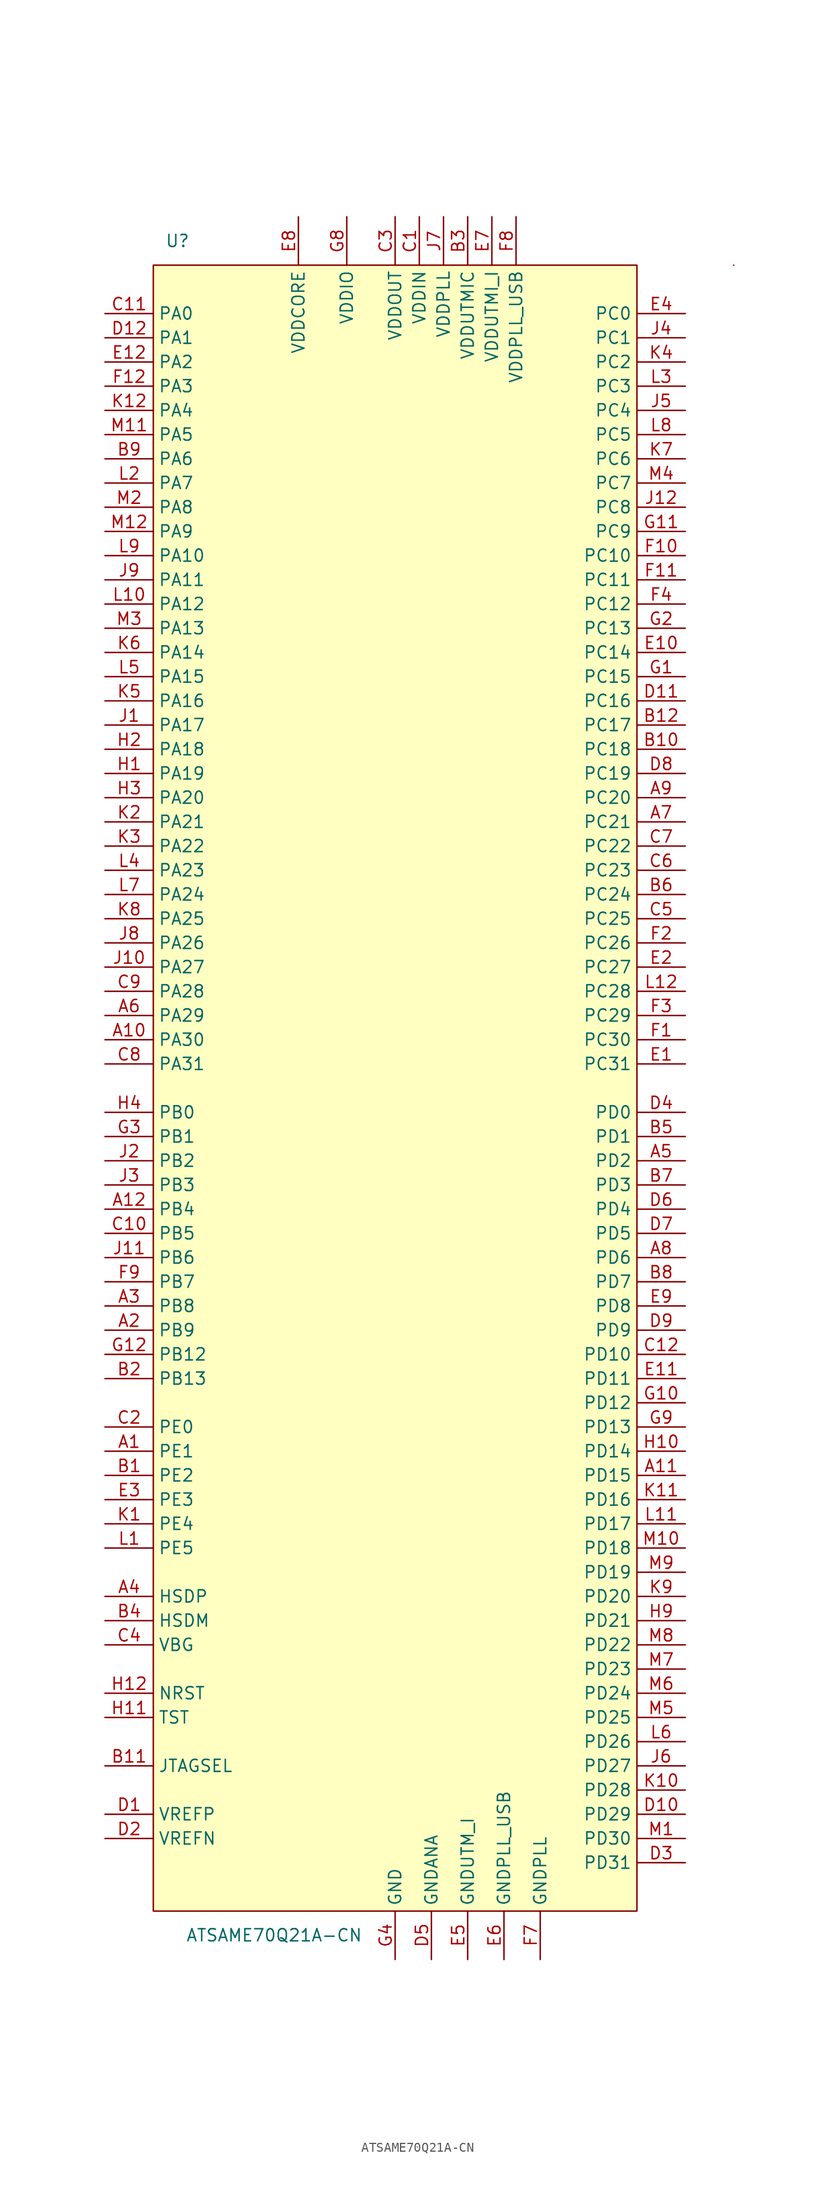
<source format=kicad_sym>
(kicad_symbol_lib
  (version 20220914)
  (generator kicad_symbol_editor)
  (symbol "ATSAME70Q21A-CN"
    (property "Reference" "U"
      (at -22.86 88.9 0)
      (effects (font (size 1.27 1.27))))
    (property "Value" "ATSAME70Q21A-CN"
      (at -12.7 -88.9 0)
      (effects (font (size 1.27 1.27))))
    (symbol "ATSAME70Q21A-CN_0_1"
      (rectangle (start 25.4 86.36) (end -25.4 -86.36) (stroke (width 0) (type default)) (fill (type background)))
      (rectangle (start 35.56 86.36) (end 35.56 86.36) (stroke (width 0) (type default)) (fill (type none))))
    (symbol "ATSAME70Q21A-CN_1_1"
      (pin bidirectional line (at -30.48 -38.1 0) (length 5.08) (name "PE1" (effects (font (size 1.27 1.27)))) (number "A1" (effects (font (size 1.27 1.27)))))
      (pin bidirectional line (at -30.48 5.08 0) (length 5.08) (name "PA30" (effects (font (size 1.27 1.27)))) (number "A10" (effects (font (size 1.27 1.27)))))
      (pin bidirectional line (at 30.48 -40.64 180) (length 5.08) (name "PD15" (effects (font (size 1.27 1.27)))) (number "A11" (effects (font (size 1.27 1.27)))))
      (pin bidirectional line (at -30.48 -12.7 0) (length 5.08) (name "PB4" (effects (font (size 1.27 1.27)))) (number "A12" (effects (font (size 1.27 1.27)))))
      (pin bidirectional line (at -30.48 -25.4 0) (length 5.08) (name "PB9" (effects (font (size 1.27 1.27)))) (number "A2" (effects (font (size 1.27 1.27)))))
      (pin bidirectional line (at -30.48 -22.86 0) (length 5.08) (name "PB8" (effects (font (size 1.27 1.27)))) (number "A3" (effects (font (size 1.27 1.27)))))
      (pin bidirectional line (at -30.48 -53.34 0) (length 5.08) (name "HSDP" (effects (font (size 1.27 1.27)))) (number "A4" (effects (font (size 1.27 1.27)))))
      (pin bidirectional line (at 30.48 -7.62 180) (length 5.08) (name "PD2" (effects (font (size 1.27 1.27)))) (number "A5" (effects (font (size 1.27 1.27)))))
      (pin bidirectional line (at -30.48 7.62 0) (length 5.08) (name "PA29" (effects (font (size 1.27 1.27)))) (number "A6" (effects (font (size 1.27 1.27)))))
      (pin bidirectional line (at 30.48 27.94 180) (length 5.08) (name "PC21" (effects (font (size 1.27 1.27)))) (number "A7" (effects (font (size 1.27 1.27)))))
      (pin bidirectional line (at 30.48 -17.78 180) (length 5.08) (name "PD6" (effects (font (size 1.27 1.27)))) (number "A8" (effects (font (size 1.27 1.27)))))
      (pin bidirectional line (at 30.48 30.48 180) (length 5.08) (name "PC20" (effects (font (size 1.27 1.27)))) (number "A9" (effects (font (size 1.27 1.27)))))
      (pin bidirectional line (at -30.48 -40.64 0) (length 5.08) (name "PE2" (effects (font (size 1.27 1.27)))) (number "B1" (effects (font (size 1.27 1.27)))))
      (pin bidirectional line (at 30.48 35.56 180) (length 5.08) (name "PC18" (effects (font (size 1.27 1.27)))) (number "B10" (effects (font (size 1.27 1.27)))))
      (pin input line (at -30.48 -71.12 0) (length 5.08) (name "JTAGSEL" (effects (font (size 1.27 1.27)))) (number "B11" (effects (font (size 1.27 1.27)))))
      (pin bidirectional line (at 30.48 38.1 180) (length 5.08) (name "PC17" (effects (font (size 1.27 1.27)))) (number "B12" (effects (font (size 1.27 1.27)))))
      (pin bidirectional line (at -30.48 -30.48 0) (length 5.08) (name "PB13" (effects (font (size 1.27 1.27)))) (number "B2" (effects (font (size 1.27 1.27)))))
      (pin power_in line (at 7.62 91.44 270) (length 5.08) (name "VDDUTMIC" (effects (font (size 1.27 1.27)))) (number "B3" (effects (font (size 1.27 1.27)))))
      (pin bidirectional line (at -30.48 -55.88 0) (length 5.08) (name "HSDM" (effects (font (size 1.27 1.27)))) (number "B4" (effects (font (size 1.27 1.27)))))
      (pin bidirectional line (at 30.48 -5.08 180) (length 5.08) (name "PD1" (effects (font (size 1.27 1.27)))) (number "B5" (effects (font (size 1.27 1.27)))))
      (pin bidirectional line (at 30.48 20.32 180) (length 5.08) (name "PC24" (effects (font (size 1.27 1.27)))) (number "B6" (effects (font (size 1.27 1.27)))))
      (pin bidirectional line (at 30.48 -10.16 180) (length 5.08) (name "PD3" (effects (font (size 1.27 1.27)))) (number "B7" (effects (font (size 1.27 1.27)))))
      (pin bidirectional line (at 30.48 -20.32 180) (length 5.08) (name "PD7" (effects (font (size 1.27 1.27)))) (number "B8" (effects (font (size 1.27 1.27)))))
      (pin bidirectional line (at -30.48 66.04 0) (length 5.08) (name "PA6" (effects (font (size 1.27 1.27)))) (number "B9" (effects (font (size 1.27 1.27)))))
      (pin power_in line (at 2.54 91.44 270) (length 5.08) (name "VDDIN" (effects (font (size 1.27 1.27)))) (number "C1" (effects (font (size 1.27 1.27)))))
      (pin bidirectional line (at -30.48 -15.24 0) (length 5.08) (name "PB5" (effects (font (size 1.27 1.27)))) (number "C10" (effects (font (size 1.27 1.27)))))
      (pin bidirectional line (at -30.48 81.28 0) (length 5.08) (name "PA0" (effects (font (size 1.27 1.27)))) (number "C11" (effects (font (size 1.27 1.27)))))
      (pin bidirectional line (at 30.48 -27.94 180) (length 5.08) (name "PD10" (effects (font (size 1.27 1.27)))) (number "C12" (effects (font (size 1.27 1.27)))))
      (pin bidirectional line (at -30.48 -35.56 0) (length 5.08) (name "PE0" (effects (font (size 1.27 1.27)))) (number "C2" (effects (font (size 1.27 1.27)))))
      (pin power_in line (at 0 91.44 270) (length 5.08) (name "VDDOUT" (effects (font (size 1.27 1.27)))) (number "C3" (effects (font (size 1.27 1.27)))))
      (pin input line (at -30.48 -58.42 0) (length 5.08) (name "VBG" (effects (font (size 1.27 1.27)))) (number "C4" (effects (font (size 1.27 1.27)))))
      (pin bidirectional line (at 30.48 17.78 180) (length 5.08) (name "PC25" (effects (font (size 1.27 1.27)))) (number "C5" (effects (font (size 1.27 1.27)))))
      (pin bidirectional line (at 30.48 22.86 180) (length 5.08) (name "PC23" (effects (font (size 1.27 1.27)))) (number "C6" (effects (font (size 1.27 1.27)))))
      (pin bidirectional line (at 30.48 25.4 180) (length 5.08) (name "PC22" (effects (font (size 1.27 1.27)))) (number "C7" (effects (font (size 1.27 1.27)))))
      (pin bidirectional line (at -30.48 2.54 0) (length 5.08) (name "PA31" (effects (font (size 1.27 1.27)))) (number "C8" (effects (font (size 1.27 1.27)))))
      (pin bidirectional line (at -30.48 10.16 0) (length 5.08) (name "PA28" (effects (font (size 1.27 1.27)))) (number "C9" (effects (font (size 1.27 1.27)))))
      (pin input line (at -30.48 -76.2 0) (length 5.08) (name "VREFP" (effects (font (size 1.27 1.27)))) (number "D1" (effects (font (size 1.27 1.27)))))
      (pin bidirectional line (at 30.48 -76.2 180) (length 5.08) (name "PD29" (effects (font (size 1.27 1.27)))) (number "D10" (effects (font (size 1.27 1.27)))))
      (pin bidirectional line (at 30.48 40.64 180) (length 5.08) (name "PC16" (effects (font (size 1.27 1.27)))) (number "D11" (effects (font (size 1.27 1.27)))))
      (pin bidirectional line (at -30.48 78.74 0) (length 5.08) (name "PA1" (effects (font (size 1.27 1.27)))) (number "D12" (effects (font (size 1.27 1.27)))))
      (pin bidirectional line (at -30.48 -78.74 0) (length 5.08) (name "VREFN" (effects (font (size 1.27 1.27)))) (number "D2" (effects (font (size 1.27 1.27)))))
      (pin bidirectional line (at 30.48 -81.28 180) (length 5.08) (name "PD31" (effects (font (size 1.27 1.27)))) (number "D3" (effects (font (size 1.27 1.27)))))
      (pin bidirectional line (at 30.48 -2.54 180) (length 5.08) (name "PD0" (effects (font (size 1.27 1.27)))) (number "D4" (effects (font (size 1.27 1.27)))))
      (pin passive line (at 3.81 -91.44 90) (length 5.08) (name "GNDANA" (effects (font (size 1.27 1.27)))) (number "D5" (effects (font (size 1.27 1.27)))))
      (pin bidirectional line (at 30.48 -12.7 180) (length 5.08) (name "PD4" (effects (font (size 1.27 1.27)))) (number "D6" (effects (font (size 1.27 1.27)))))
      (pin bidirectional line (at 30.48 -15.24 180) (length 5.08) (name "PD5" (effects (font (size 1.27 1.27)))) (number "D7" (effects (font (size 1.27 1.27)))))
      (pin bidirectional line (at 30.48 33.02 180) (length 5.08) (name "PC19" (effects (font (size 1.27 1.27)))) (number "D8" (effects (font (size 1.27 1.27)))))
      (pin bidirectional line (at 30.48 -25.4 180) (length 5.08) (name "PD9" (effects (font (size 1.27 1.27)))) (number "D9" (effects (font (size 1.27 1.27)))))
      (pin bidirectional line (at 30.48 2.54 180) (length 5.08) (name "PC31" (effects (font (size 1.27 1.27)))) (number "E1" (effects (font (size 1.27 1.27)))))
      (pin bidirectional line (at 30.48 45.72 180) (length 5.08) (name "PC14" (effects (font (size 1.27 1.27)))) (number "E10" (effects (font (size 1.27 1.27)))))
      (pin bidirectional line (at 30.48 -30.48 180) (length 5.08) (name "PD11" (effects (font (size 1.27 1.27)))) (number "E11" (effects (font (size 1.27 1.27)))))
      (pin bidirectional line (at -30.48 76.2 0) (length 5.08) (name "PA2" (effects (font (size 1.27 1.27)))) (number "E12" (effects (font (size 1.27 1.27)))))
      (pin bidirectional line (at 30.48 12.7 180) (length 5.08) (name "PC27" (effects (font (size 1.27 1.27)))) (number "E2" (effects (font (size 1.27 1.27)))))
      (pin bidirectional line (at -30.48 -43.18 0) (length 5.08) (name "PE3" (effects (font (size 1.27 1.27)))) (number "E3" (effects (font (size 1.27 1.27)))))
      (pin bidirectional line (at 30.48 81.28 180) (length 5.08) (name "PC0" (effects (font (size 1.27 1.27)))) (number "E4" (effects (font (size 1.27 1.27)))))
      (pin passive line (at 7.62 -91.44 90) (length 5.08) (name "GNDUTM_I" (effects (font (size 1.27 1.27)))) (number "E5" (effects (font (size 1.27 1.27)))))
      (pin passive line (at 11.43 -91.44 90) (length 5.08) (name "GNDPLL_USB" (effects (font (size 1.27 1.27)))) (number "E6" (effects (font (size 1.27 1.27)))))
      (pin power_in line (at 10.16 91.44 270) (length 5.08) (name "VDDUTMI_I" (effects (font (size 1.27 1.27)))) (number "E7" (effects (font (size 1.27 1.27)))))
      (pin power_in line (at -10.16 91.44 270) (length 5.08) (name "VDDCORE" (effects (font (size 1.27 1.27)))) (number "E8" (effects (font (size 1.27 1.27)))))
      (pin bidirectional line (at 30.48 -22.86 180) (length 5.08) (name "PD8" (effects (font (size 1.27 1.27)))) (number "E9" (effects (font (size 1.27 1.27)))))
      (pin bidirectional line (at 30.48 5.08 180) (length 5.08) (name "PC30" (effects (font (size 1.27 1.27)))) (number "F1" (effects (font (size 1.27 1.27)))))
      (pin bidirectional line (at 30.48 55.88 180) (length 5.08) (name "PC10" (effects (font (size 1.27 1.27)))) (number "F10" (effects (font (size 1.27 1.27)))))
      (pin bidirectional line (at 30.48 53.34 180) (length 5.08) (name "PC11" (effects (font (size 1.27 1.27)))) (number "F11" (effects (font (size 1.27 1.27)))))
      (pin bidirectional line (at -30.48 73.66 0) (length 5.08) (name "PA3" (effects (font (size 1.27 1.27)))) (number "F12" (effects (font (size 1.27 1.27)))))
      (pin bidirectional line (at 30.48 15.24 180) (length 5.08) (name "PC26" (effects (font (size 1.27 1.27)))) (number "F2" (effects (font (size 1.27 1.27)))))
      (pin bidirectional line (at 30.48 7.62 180) (length 5.08) (name "PC29" (effects (font (size 1.27 1.27)))) (number "F3" (effects (font (size 1.27 1.27)))))
      (pin bidirectional line (at 30.48 50.8 180) (length 5.08) (name "PC12" (effects (font (size 1.27 1.27)))) (number "F4" (effects (font (size 1.27 1.27)))))
      (pin passive line (at 0 -91.44 90) (length 5.08) hide (name "GND" (effects (font (size 1.27 1.27)))) (number "F5" (effects (font (size 1.27 1.27)))))
      (pin passive line (at 0 -91.44 90) (length 5.08) hide (name "GND" (effects (font (size 1.27 1.27)))) (number "F6" (effects (font (size 1.27 1.27)))))
      (pin passive line (at 15.24 -91.44 90) (length 5.08) (name "GNDPLL" (effects (font (size 1.27 1.27)))) (number "F7" (effects (font (size 1.27 1.27)))))
      (pin power_in line (at 12.7 91.44 270) (length 5.08) (name "VDDPLL_USB" (effects (font (size 1.27 1.27)))) (number "F8" (effects (font (size 1.27 1.27)))))
      (pin bidirectional line (at -30.48 -20.32 0) (length 5.08) (name "PB7" (effects (font (size 1.27 1.27)))) (number "F9" (effects (font (size 1.27 1.27)))))
      (pin bidirectional line (at 30.48 43.18 180) (length 5.08) (name "PC15" (effects (font (size 1.27 1.27)))) (number "G1" (effects (font (size 1.27 1.27)))))
      (pin bidirectional line (at 30.48 -33.02 180) (length 5.08) (name "PD12" (effects (font (size 1.27 1.27)))) (number "G10" (effects (font (size 1.27 1.27)))))
      (pin bidirectional line (at 30.48 58.42 180) (length 5.08) (name "PC9" (effects (font (size 1.27 1.27)))) (number "G11" (effects (font (size 1.27 1.27)))))
      (pin bidirectional line (at -30.48 -27.94 0) (length 5.08) (name "PB12" (effects (font (size 1.27 1.27)))) (number "G12" (effects (font (size 1.27 1.27)))))
      (pin bidirectional line (at 30.48 48.26 180) (length 5.08) (name "PC13" (effects (font (size 1.27 1.27)))) (number "G2" (effects (font (size 1.27 1.27)))))
      (pin bidirectional line (at -30.48 -5.08 0) (length 5.08) (name "PB1" (effects (font (size 1.27 1.27)))) (number "G3" (effects (font (size 1.27 1.27)))))
      (pin power_in line (at 0 -91.44 90) (length 5.08) (name "GND" (effects (font (size 1.27 1.27)))) (number "G4" (effects (font (size 1.27 1.27)))))
      (pin passive line (at 0 -91.44 90) (length 5.08) hide (name "GND" (effects (font (size 1.27 1.27)))) (number "G5" (effects (font (size 1.27 1.27)))))
      (pin passive line (at 0 -91.44 90) (length 5.08) hide (name "GND" (effects (font (size 1.27 1.27)))) (number "G6" (effects (font (size 1.27 1.27)))))
      (pin passive line (at 0 -91.44 90) (length 5.08) hide (name "GND" (effects (font (size 1.27 1.27)))) (number "G7" (effects (font (size 1.27 1.27)))))
      (pin power_in line (at -5.08 91.44 270) (length 5.08) (name "VDDIO" (effects (font (size 1.27 1.27)))) (number "G8" (effects (font (size 1.27 1.27)))))
      (pin bidirectional line (at 30.48 -35.56 180) (length 5.08) (name "PD13" (effects (font (size 1.27 1.27)))) (number "G9" (effects (font (size 1.27 1.27)))))
      (pin bidirectional line (at -30.48 33.02 0) (length 5.08) (name "PA19" (effects (font (size 1.27 1.27)))) (number "H1" (effects (font (size 1.27 1.27)))))
      (pin bidirectional line (at 30.48 -38.1 180) (length 5.08) (name "PD14" (effects (font (size 1.27 1.27)))) (number "H10" (effects (font (size 1.27 1.27)))))
      (pin input line (at -30.48 -66.04 0) (length 5.08) (name "TST" (effects (font (size 1.27 1.27)))) (number "H11" (effects (font (size 1.27 1.27)))))
      (pin bidirectional line (at -30.48 -63.5 0) (length 5.08) (name "NRST" (effects (font (size 1.27 1.27)))) (number "H12" (effects (font (size 1.27 1.27)))))
      (pin bidirectional line (at -30.48 35.56 0) (length 5.08) (name "PA18" (effects (font (size 1.27 1.27)))) (number "H2" (effects (font (size 1.27 1.27)))))
      (pin bidirectional line (at -30.48 30.48 0) (length 5.08) (name "PA20" (effects (font (size 1.27 1.27)))) (number "H3" (effects (font (size 1.27 1.27)))))
      (pin bidirectional line (at -30.48 -2.54 0) (length 5.08) (name "PB0" (effects (font (size 1.27 1.27)))) (number "H4" (effects (font (size 1.27 1.27)))))
      (pin passive line (at -10.16 91.44 270) (length 5.08) hide (name "VDDCORE" (effects (font (size 1.27 1.27)))) (number "H5" (effects (font (size 1.27 1.27)))))
      (pin passive line (at -5.08 91.44 270) (length 5.08) hide (name "VDDIO" (effects (font (size 1.27 1.27)))) (number "H6" (effects (font (size 1.27 1.27)))))
      (pin passive line (at -5.08 91.44 270) (length 5.08) hide (name "VDDIO" (effects (font (size 1.27 1.27)))) (number "H7" (effects (font (size 1.27 1.27)))))
      (pin passive line (at -10.16 91.44 270) (length 5.08) hide (name "VDDCORE" (effects (font (size 1.27 1.27)))) (number "H8" (effects (font (size 1.27 1.27)))))
      (pin bidirectional line (at 30.48 -55.88 180) (length 5.08) (name "PD21" (effects (font (size 1.27 1.27)))) (number "H9" (effects (font (size 1.27 1.27)))))
      (pin bidirectional line (at -30.48 38.1 0) (length 5.08) (name "PA17" (effects (font (size 1.27 1.27)))) (number "J1" (effects (font (size 1.27 1.27)))))
      (pin bidirectional line (at -30.48 12.7 0) (length 5.08) (name "PA27" (effects (font (size 1.27 1.27)))) (number "J10" (effects (font (size 1.27 1.27)))))
      (pin bidirectional line (at -30.48 -17.78 0) (length 5.08) (name "PB6" (effects (font (size 1.27 1.27)))) (number "J11" (effects (font (size 1.27 1.27)))))
      (pin bidirectional line (at 30.48 60.96 180) (length 5.08) (name "PC8" (effects (font (size 1.27 1.27)))) (number "J12" (effects (font (size 1.27 1.27)))))
      (pin bidirectional line (at -30.48 -7.62 0) (length 5.08) (name "PB2" (effects (font (size 1.27 1.27)))) (number "J2" (effects (font (size 1.27 1.27)))))
      (pin bidirectional line (at -30.48 -10.16 0) (length 5.08) (name "PB3" (effects (font (size 1.27 1.27)))) (number "J3" (effects (font (size 1.27 1.27)))))
      (pin bidirectional line (at 30.48 78.74 180) (length 5.08) (name "PC1" (effects (font (size 1.27 1.27)))) (number "J4" (effects (font (size 1.27 1.27)))))
      (pin bidirectional line (at 30.48 71.12 180) (length 5.08) (name "PC4" (effects (font (size 1.27 1.27)))) (number "J5" (effects (font (size 1.27 1.27)))))
      (pin bidirectional line (at 30.48 -71.12 180) (length 5.08) (name "PD27" (effects (font (size 1.27 1.27)))) (number "J6" (effects (font (size 1.27 1.27)))))
      (pin power_in line (at 5.08 91.44 270) (length 5.08) (name "VDDPLL" (effects (font (size 1.27 1.27)))) (number "J7" (effects (font (size 1.27 1.27)))))
      (pin bidirectional line (at -30.48 15.24 0) (length 5.08) (name "PA26" (effects (font (size 1.27 1.27)))) (number "J8" (effects (font (size 1.27 1.27)))))
      (pin bidirectional line (at -30.48 53.34 0) (length 5.08) (name "PA11" (effects (font (size 1.27 1.27)))) (number "J9" (effects (font (size 1.27 1.27)))))
      (pin bidirectional line (at -30.48 -45.72 0) (length 5.08) (name "PE4" (effects (font (size 1.27 1.27)))) (number "K1" (effects (font (size 1.27 1.27)))))
      (pin bidirectional line (at 30.48 -73.66 180) (length 5.08) (name "PD28" (effects (font (size 1.27 1.27)))) (number "K10" (effects (font (size 1.27 1.27)))))
      (pin bidirectional line (at 30.48 -43.18 180) (length 5.08) (name "PD16" (effects (font (size 1.27 1.27)))) (number "K11" (effects (font (size 1.27 1.27)))))
      (pin bidirectional line (at -30.48 71.12 0) (length 5.08) (name "PA4" (effects (font (size 1.27 1.27)))) (number "K12" (effects (font (size 1.27 1.27)))))
      (pin bidirectional line (at -30.48 27.94 0) (length 5.08) (name "PA21" (effects (font (size 1.27 1.27)))) (number "K2" (effects (font (size 1.27 1.27)))))
      (pin bidirectional line (at -30.48 25.4 0) (length 5.08) (name "PA22" (effects (font (size 1.27 1.27)))) (number "K3" (effects (font (size 1.27 1.27)))))
      (pin bidirectional line (at 30.48 76.2 180) (length 5.08) (name "PC2" (effects (font (size 1.27 1.27)))) (number "K4" (effects (font (size 1.27 1.27)))))
      (pin bidirectional line (at -30.48 40.64 0) (length 5.08) (name "PA16" (effects (font (size 1.27 1.27)))) (number "K5" (effects (font (size 1.27 1.27)))))
      (pin bidirectional line (at -30.48 45.72 0) (length 5.08) (name "PA14" (effects (font (size 1.27 1.27)))) (number "K6" (effects (font (size 1.27 1.27)))))
      (pin bidirectional line (at 30.48 66.04 180) (length 5.08) (name "PC6" (effects (font (size 1.27 1.27)))) (number "K7" (effects (font (size 1.27 1.27)))))
      (pin bidirectional line (at -30.48 17.78 0) (length 5.08) (name "PA25" (effects (font (size 1.27 1.27)))) (number "K8" (effects (font (size 1.27 1.27)))))
      (pin bidirectional line (at 30.48 -53.34 180) (length 5.08) (name "PD20" (effects (font (size 1.27 1.27)))) (number "K9" (effects (font (size 1.27 1.27)))))
      (pin bidirectional line (at -30.48 -48.26 0) (length 5.08) (name "PE5" (effects (font (size 1.27 1.27)))) (number "L1" (effects (font (size 1.27 1.27)))))
      (pin bidirectional line (at -30.48 50.8 0) (length 5.08) (name "PA12" (effects (font (size 1.27 1.27)))) (number "L10" (effects (font (size 1.27 1.27)))))
      (pin bidirectional line (at 30.48 -45.72 180) (length 5.08) (name "PD17" (effects (font (size 1.27 1.27)))) (number "L11" (effects (font (size 1.27 1.27)))))
      (pin bidirectional line (at 30.48 10.16 180) (length 5.08) (name "PC28" (effects (font (size 1.27 1.27)))) (number "L12" (effects (font (size 1.27 1.27)))))
      (pin bidirectional line (at -30.48 63.5 0) (length 5.08) (name "PA7" (effects (font (size 1.27 1.27)))) (number "L2" (effects (font (size 1.27 1.27)))))
      (pin bidirectional line (at 30.48 73.66 180) (length 5.08) (name "PC3" (effects (font (size 1.27 1.27)))) (number "L3" (effects (font (size 1.27 1.27)))))
      (pin bidirectional line (at -30.48 22.86 0) (length 5.08) (name "PA23" (effects (font (size 1.27 1.27)))) (number "L4" (effects (font (size 1.27 1.27)))))
      (pin bidirectional line (at -30.48 43.18 0) (length 5.08) (name "PA15" (effects (font (size 1.27 1.27)))) (number "L5" (effects (font (size 1.27 1.27)))))
      (pin bidirectional line (at 30.48 -68.58 180) (length 5.08) (name "PD26" (effects (font (size 1.27 1.27)))) (number "L6" (effects (font (size 1.27 1.27)))))
      (pin bidirectional line (at -30.48 20.32 0) (length 5.08) (name "PA24" (effects (font (size 1.27 1.27)))) (number "L7" (effects (font (size 1.27 1.27)))))
      (pin bidirectional line (at 30.48 68.58 180) (length 5.08) (name "PC5" (effects (font (size 1.27 1.27)))) (number "L8" (effects (font (size 1.27 1.27)))))
      (pin bidirectional line (at -30.48 55.88 0) (length 5.08) (name "PA10" (effects (font (size 1.27 1.27)))) (number "L9" (effects (font (size 1.27 1.27)))))
      (pin bidirectional line (at 30.48 -78.74 180) (length 5.08) (name "PD30" (effects (font (size 1.27 1.27)))) (number "M1" (effects (font (size 1.27 1.27)))))
      (pin bidirectional line (at 30.48 -48.26 180) (length 5.08) (name "PD18" (effects (font (size 1.27 1.27)))) (number "M10" (effects (font (size 1.27 1.27)))))
      (pin bidirectional line (at -30.48 68.58 0) (length 5.08) (name "PA5" (effects (font (size 1.27 1.27)))) (number "M11" (effects (font (size 1.27 1.27)))))
      (pin bidirectional line (at -30.48 58.42 0) (length 5.08) (name "PA9" (effects (font (size 1.27 1.27)))) (number "M12" (effects (font (size 1.27 1.27)))))
      (pin bidirectional line (at -30.48 60.96 0) (length 5.08) (name "PA8" (effects (font (size 1.27 1.27)))) (number "M2" (effects (font (size 1.27 1.27)))))
      (pin bidirectional line (at -30.48 48.26 0) (length 5.08) (name "PA13" (effects (font (size 1.27 1.27)))) (number "M3" (effects (font (size 1.27 1.27)))))
      (pin bidirectional line (at 30.48 63.5 180) (length 5.08) (name "PC7" (effects (font (size 1.27 1.27)))) (number "M4" (effects (font (size 1.27 1.27)))))
      (pin bidirectional line (at 30.48 -66.04 180) (length 5.08) (name "PD25" (effects (font (size 1.27 1.27)))) (number "M5" (effects (font (size 1.27 1.27)))))
      (pin bidirectional line (at 30.48 -63.5 180) (length 5.08) (name "PD24" (effects (font (size 1.27 1.27)))) (number "M6" (effects (font (size 1.27 1.27)))))
      (pin bidirectional line (at 30.48 -60.96 180) (length 5.08) (name "PD23" (effects (font (size 1.27 1.27)))) (number "M7" (effects (font (size 1.27 1.27)))))
      (pin bidirectional line (at 30.48 -58.42 180) (length 5.08) (name "PD22" (effects (font (size 1.27 1.27)))) (number "M8" (effects (font (size 1.27 1.27)))))
      (pin bidirectional line (at 30.48 -50.8 180) (length 5.08) (name "PD19" (effects (font (size 1.27 1.27)))) (number "M9" (effects (font (size 1.27 1.27))))))))
</source>
